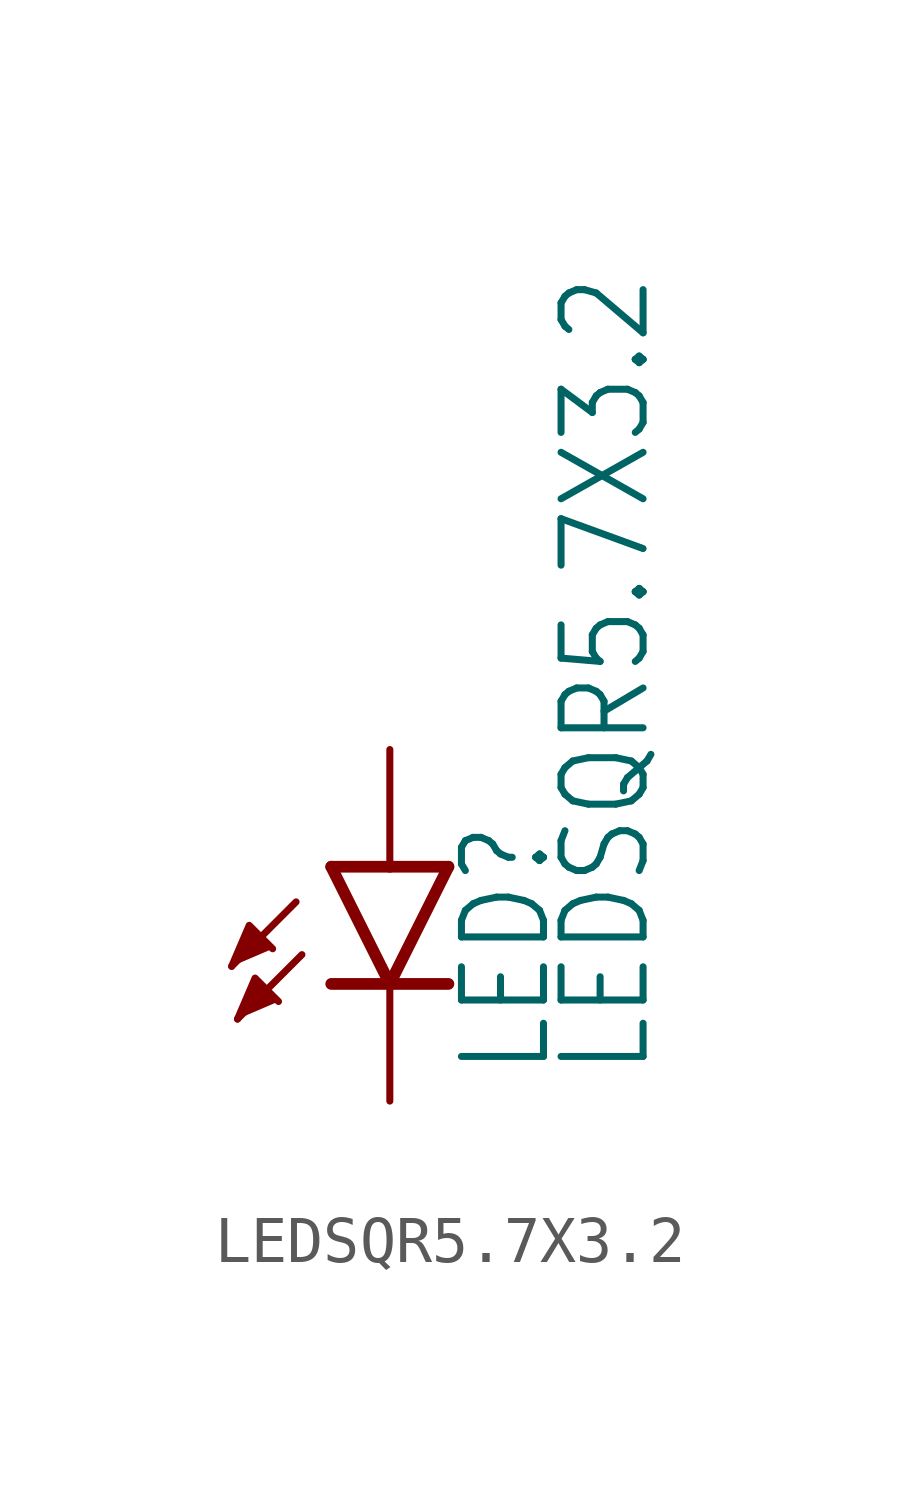
<source format=kicad_sym>
(kicad_symbol_lib
  (version 20211014)
  (generator kicad_symbol_editor)
  (symbol "LEDSQR5.7X3.2"
    (property "Reference" "LED"
      (at 3.556 -4.572 90)
      (effects (font (size 1.778 1.511)) (justify left bottom)))
    (property "Value" "LEDSQR5.7X3.2"
      (at 5.715 -4.572 90)
      (effects (font (size 1.778 1.511)) (justify left bottom)))
    (property "ki_locked" ""
      (at 0 0 0)
      (effects (font (size 1.27 1.27))))
    (symbol "LEDSQR5.7X3.2_1_0"
      (polyline (pts (xy -2.032 -0.762) (xy -3.429 -2.159)) (stroke (width 0.152) (type default)) (fill (type none)))
      (polyline (pts (xy -1.905 -1.905) (xy -3.302 -3.302)) (stroke (width 0.152) (type default)) (fill (type none)))
      (polyline (pts (xy 0 -2.54) (xy -1.27 -2.54)) (stroke (width 0.254) (type default)) (fill (type none)))
      (polyline (pts (xy 0 -2.54) (xy -1.27 0)) (stroke (width 0.254) (type default)) (fill (type none)))
      (polyline (pts (xy 0 0) (xy -1.27 0)) (stroke (width 0.254) (type default)) (fill (type none)))
      (polyline (pts (xy 1.27 -2.54) (xy 0 -2.54)) (stroke (width 0.254) (type default)) (fill (type none)))
      (polyline (pts (xy 1.27 0) (xy 0 -2.54)) (stroke (width 0.254) (type default)) (fill (type none)))
      (polyline (pts (xy 1.27 0) (xy 0 0)) (stroke (width 0.254) (type default)) (fill (type none)))
      (polyline (pts (xy -3.429 -2.159) (xy -3.048 -1.27) (xy -2.54 -1.778)) (stroke (width 0) (type default)) (fill (type outline)))
      (polyline (pts (xy -3.302 -3.302) (xy -2.921 -2.413) (xy -2.413 -2.921)) (stroke (width 0) (type default)) (fill (type outline)))
      (pin passive line (at 0 2.54 270) (length 2.54) (name "A" (effects (font (size 0 0)))) (number "A" (effects (font (size 0 0)))))
      (pin passive line (at 0 -5.08 90) (length 2.54) (name "C" (effects (font (size 0 0)))) (number "K" (effects (font (size 0 0))))))))
</source>
